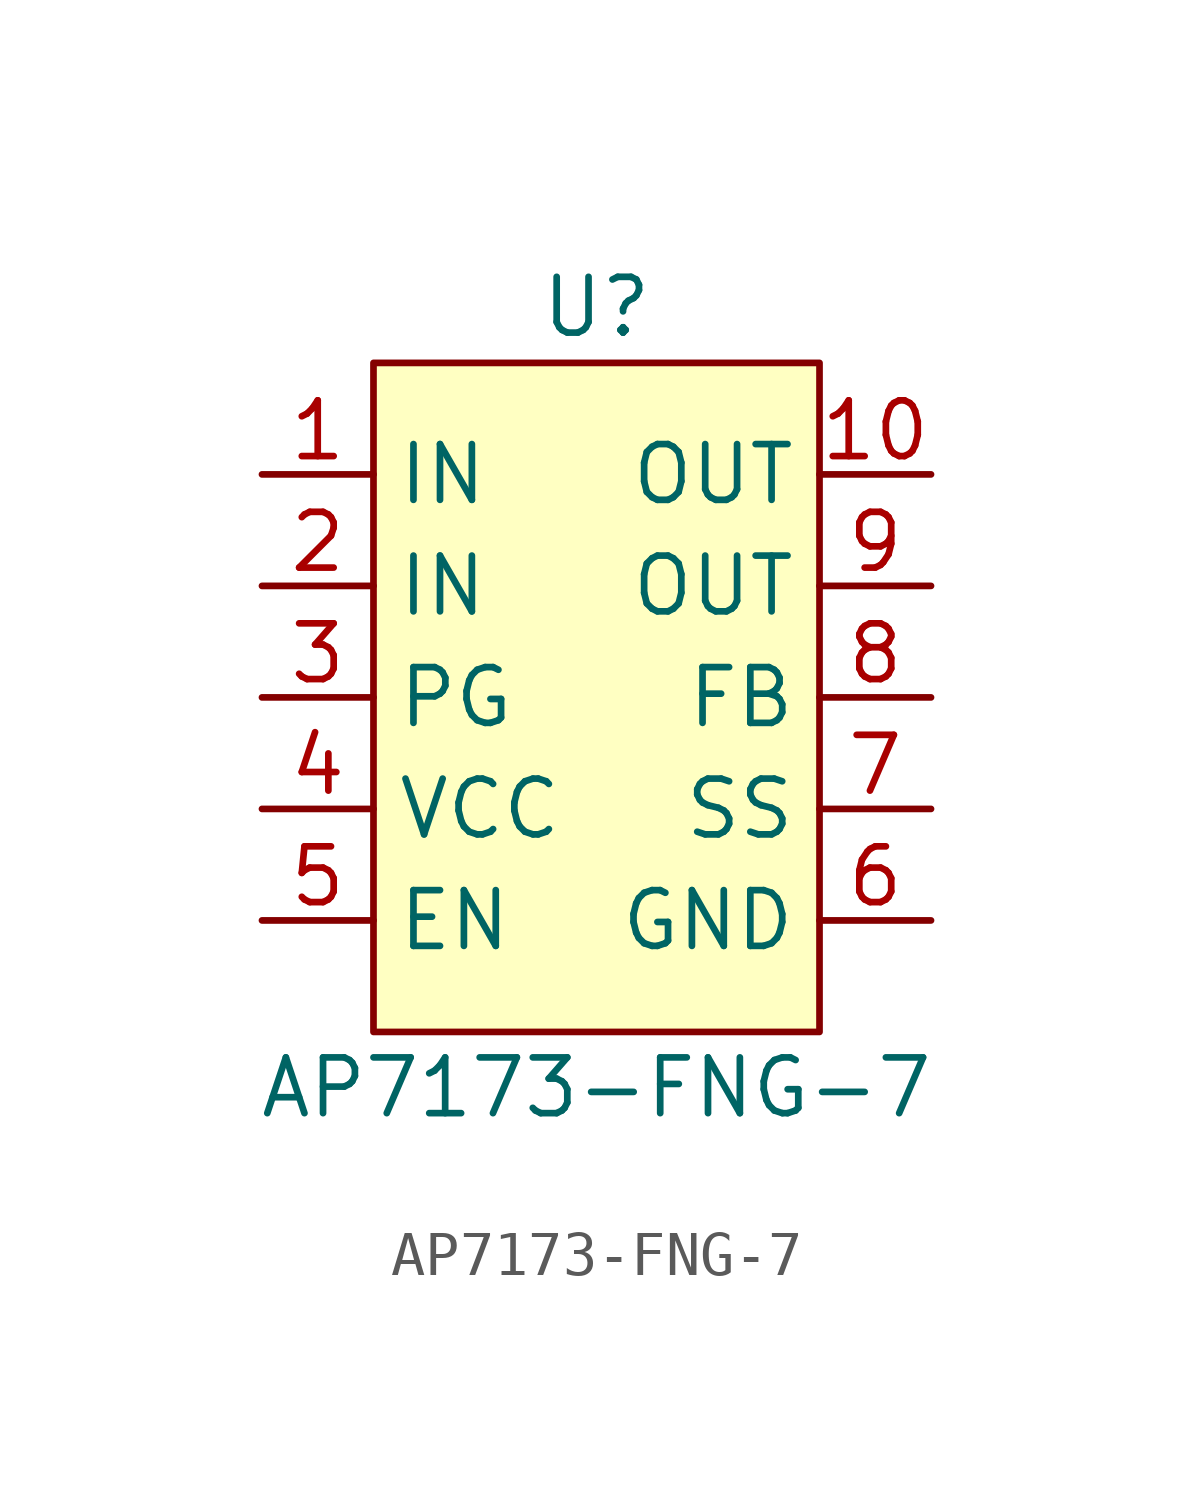
<source format=kicad_sym>
(kicad_symbol_lib
  (version 20211014)
  (generator kicad_symbol_editor)
  (symbol "AP7173-FNG-7"
    (property "Reference" "U"
      (at 0 6.35 0)
      (effects (font (size 1.27 1.27))))
    (property "Value" "AP7173-FNG-7"
      (at 0 -11.43 0)
      (effects (font (size 1.27 1.27))))
    (symbol "AP7173-FNG-7_0_1"
      (rectangle (start -5.08 5.08) (end 5.08 -10.16) (stroke (width 0) (type default) (color 0 0 0 0)) (fill (type background))))
    (symbol "AP7173-FNG-7_1_1"
      (pin input line (at -7.62 2.54 0) (length 2.54) (name "IN" (effects (font (size 1.27 1.27)))) (number "1" (effects (font (size 1.27 1.27)))))
      (pin input line (at 7.62 2.54 180) (length 2.54) (name "OUT" (effects (font (size 1.27 1.27)))) (number "10" (effects (font (size 1.27 1.27)))))
      (pin input line (at -7.62 0 0) (length 2.54) (name "IN" (effects (font (size 1.27 1.27)))) (number "2" (effects (font (size 1.27 1.27)))))
      (pin input line (at -7.62 -2.54 0) (length 2.54) (name "PG" (effects (font (size 1.27 1.27)))) (number "3" (effects (font (size 1.27 1.27)))))
      (pin input line (at -7.62 -5.08 0) (length 2.54) (name "VCC" (effects (font (size 1.27 1.27)))) (number "4" (effects (font (size 1.27 1.27)))))
      (pin input line (at -7.62 -7.62 0) (length 2.54) (name "EN" (effects (font (size 1.27 1.27)))) (number "5" (effects (font (size 1.27 1.27)))))
      (pin input line (at 7.62 -7.62 180) (length 2.54) (name "GND" (effects (font (size 1.27 1.27)))) (number "6" (effects (font (size 1.27 1.27)))))
      (pin input line (at 7.62 -5.08 180) (length 2.54) (name "SS" (effects (font (size 1.27 1.27)))) (number "7" (effects (font (size 1.27 1.27)))))
      (pin input line (at 7.62 -2.54 180) (length 2.54) (name "FB" (effects (font (size 1.27 1.27)))) (number "8" (effects (font (size 1.27 1.27)))))
      (pin input line (at 7.62 0 180) (length 2.54) (name "OUT" (effects (font (size 1.27 1.27)))) (number "9" (effects (font (size 1.27 1.27))))))))
</source>
